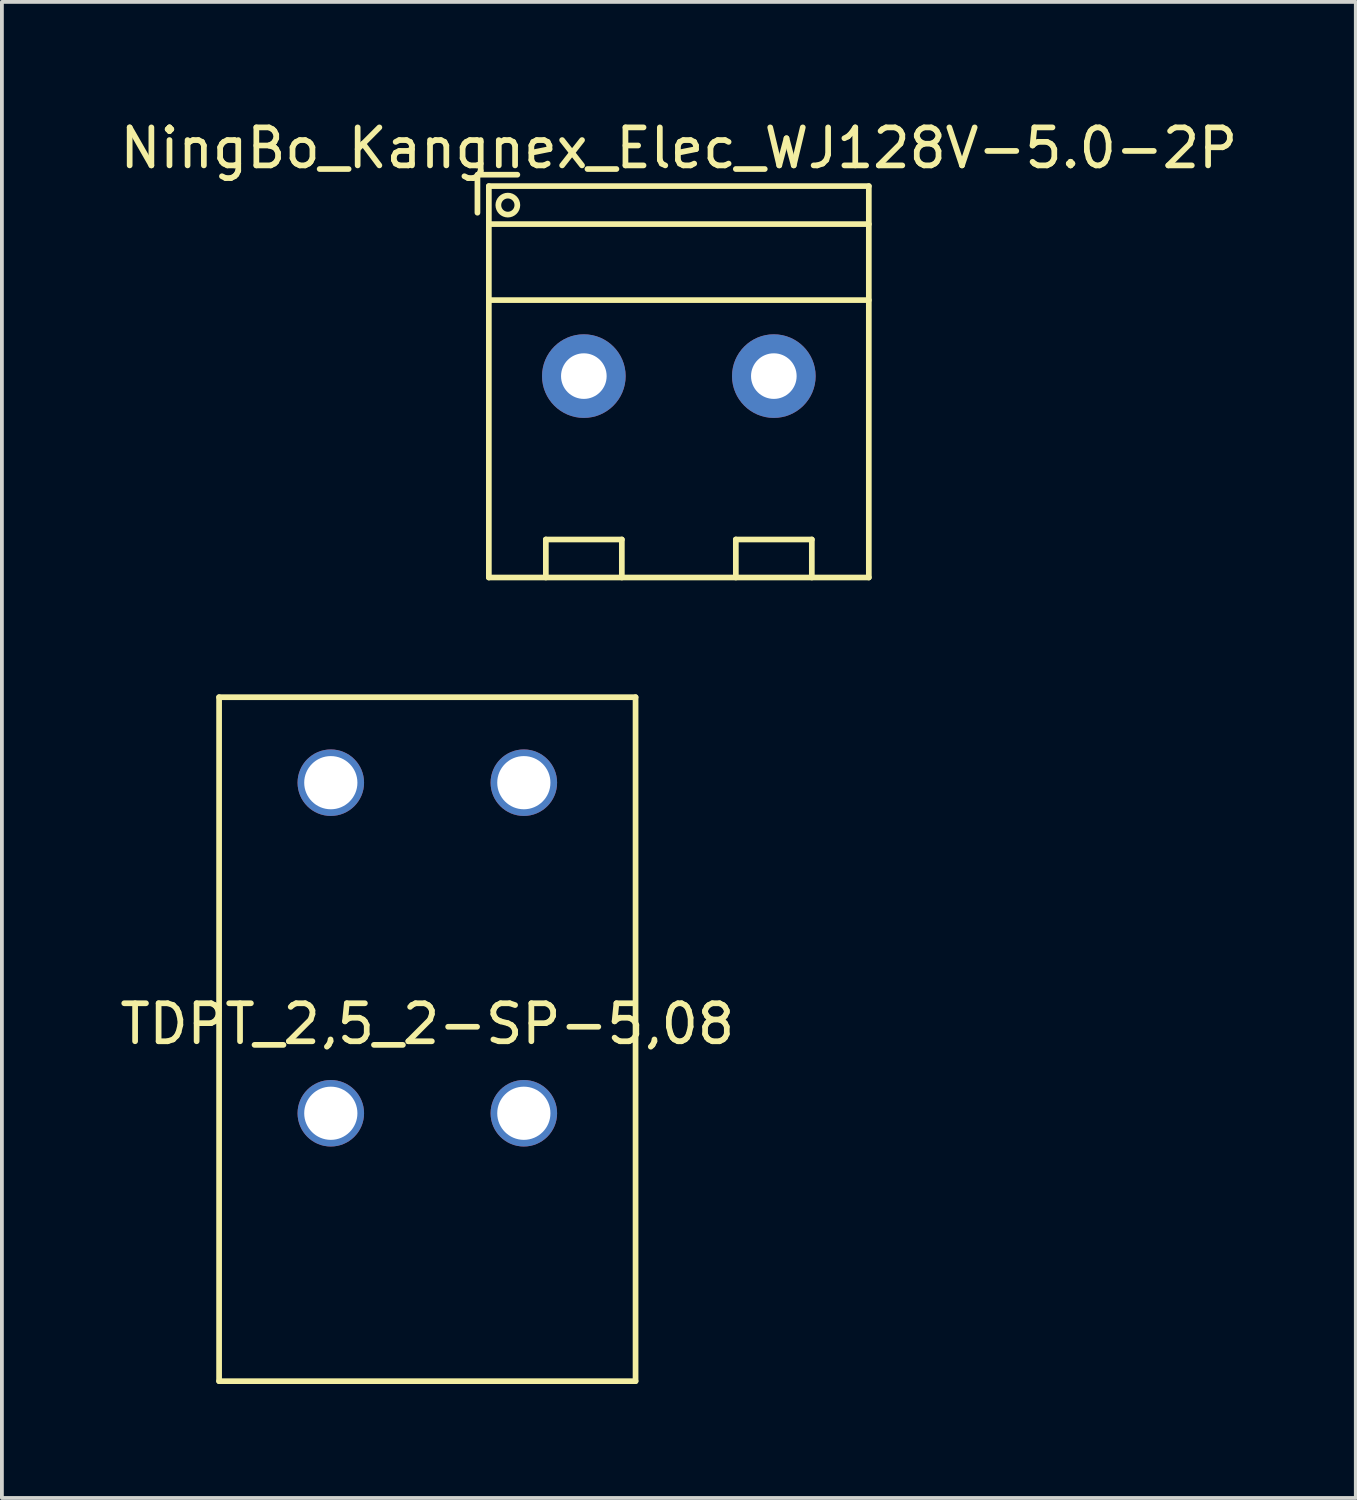
<source format=kicad_pcb>
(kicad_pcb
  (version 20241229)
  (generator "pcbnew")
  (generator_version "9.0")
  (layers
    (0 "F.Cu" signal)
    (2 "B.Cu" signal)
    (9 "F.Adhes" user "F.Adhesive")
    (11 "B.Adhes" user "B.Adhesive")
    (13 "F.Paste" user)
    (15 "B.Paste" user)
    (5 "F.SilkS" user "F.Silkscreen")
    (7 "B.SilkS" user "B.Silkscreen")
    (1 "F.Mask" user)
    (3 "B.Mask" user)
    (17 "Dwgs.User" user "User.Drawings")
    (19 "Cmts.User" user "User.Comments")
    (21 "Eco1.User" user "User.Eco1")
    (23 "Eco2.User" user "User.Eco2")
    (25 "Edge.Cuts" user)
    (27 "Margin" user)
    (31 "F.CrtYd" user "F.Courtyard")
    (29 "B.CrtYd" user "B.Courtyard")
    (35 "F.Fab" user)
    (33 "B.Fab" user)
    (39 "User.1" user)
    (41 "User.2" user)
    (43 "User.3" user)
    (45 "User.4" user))
  (footprint "NingBo_Kangnex_Elec_WJ128V-5.0-2P"
    (layer "F.Cu")
    (at 12.315 6.848)
    (property "Reference" "NingBo_Kangnex_Elec_WJ128V-5.0-2P" (at 2.5 -6 0) (layer "F.SilkS") (effects (font (size 1 1) (thickness 0.15))))
    (attr through_hole)
    (fp_line (start -2.8 -4.3) (end -2.8 -5.3) (stroke (width 0.15) (type solid)) (layer "F.SilkS"))
    (fp_line (start -2.75 -5.3) (end -1.75 -5.3) (stroke (width 0.15) (type solid)) (layer "F.SilkS"))
    (fp_line (start -2.5 -5) (end -2.5 5.3) (stroke (width 0.15) (type solid)) (layer "F.SilkS"))
    (fp_line (start -2.5 -4) (end 7.5 -4) (stroke (width 0.15) (type solid)) (layer "F.SilkS"))
    (fp_line (start -2.5 -2) (end 7.5 -2) (stroke (width 0.15) (type solid)) (layer "F.SilkS"))
    (fp_line (start -2.5 5.3) (end 7.5 5.3) (stroke (width 0.15) (type solid)) (layer "F.SilkS"))
    (fp_line (start -1 4.3) (end 1 4.3) (stroke (width 0.15) (type solid)) (layer "F.SilkS"))
    (fp_line (start -1 5.3) (end -1 4.3) (stroke (width 0.15) (type solid)) (layer "F.SilkS"))
    (fp_line (start 1 5.3) (end 1 4.3) (stroke (width 0.15) (type solid)) (layer "F.SilkS"))
    (fp_line (start 4 4.3) (end 6 4.3) (stroke (width 0.15) (type solid)) (layer "F.SilkS"))
    (fp_line (start 4 5.3) (end 4 4.3) (stroke (width 0.15) (type solid)) (layer "F.SilkS"))
    (fp_line (start 6 5.3) (end 6 4.3) (stroke (width 0.15) (type solid)) (layer "F.SilkS"))
    (fp_line (start 7.5 -5) (end -2.5 -5) (stroke (width 0.15) (type solid)) (layer "F.SilkS"))
    (fp_line (start 7.5 -5) (end 7.5 5.3) (stroke (width 0.15) (type solid)) (layer "F.SilkS"))
    (fp_circle (center -2 -4.5) (end -1.75 -4.5) (stroke (width 0.15) (type solid)) (fill no) (layer "F.SilkS"))
    (pad "1" thru_hole circle (at 0 0) (size 2.2 2.2) (drill 1.2) (layers "*.Cu" "*.Mask"))
    (pad "2" thru_hole circle (at 5 0) (size 2.2 2.2) (drill 1.2) (layers "*.Cu" "*.Mask")))
  (footprint "TDPT_2,5_2-SP-5,08"
    (layer "F.Cu")
    (at 8.196 17.548)
    (property "Reference" "TDPT_2,5_2-SP-5,08" (at 0 6.35 0) (layer "F.SilkS") (effects (font (size 1 1) (thickness 0.15))))
    (attr through_hole)
    (fp_line (start -5.48 -2.25) (end 5.48 -2.25) (stroke (width 0.15) (type solid)) (layer "F.SilkS"))
    (fp_line (start -5.48 15.75) (end -5.48 -2.25) (stroke (width 0.15) (type solid)) (layer "F.SilkS"))
    (fp_line (start -5.48 15.75) (end 5.48 15.75) (stroke (width 0.15) (type solid)) (layer "F.SilkS"))
    (fp_line (start 5.48 15.75) (end 5.48 -2.25) (stroke (width 0.15) (type solid)) (layer "F.SilkS"))
    (pad "1" thru_hole circle (at -2.54 0) (size 1.75 1.75) (drill 1.4) (layers "*.Cu" "*.Mask"))
    (pad "1" thru_hole circle (at -2.54 8.7) (size 1.75 1.75) (drill 1.4) (layers "*.Cu" "*.Mask"))
    (pad "2" thru_hole circle (at 2.54 0) (size 1.75 1.75) (drill 1.4) (layers "*.Cu" "*.Mask"))
    (pad "2" thru_hole circle (at 2.54 8.7) (size 1.75 1.75) (drill 1.4) (layers "*.Cu" "*.Mask")))
  (gr_rect
    (start -3 -3)
    (end 32.631 36.373)
    (stroke (width 0.1) (type default))
    (fill no)
    (layer "Edge.Cuts")))
</source>
